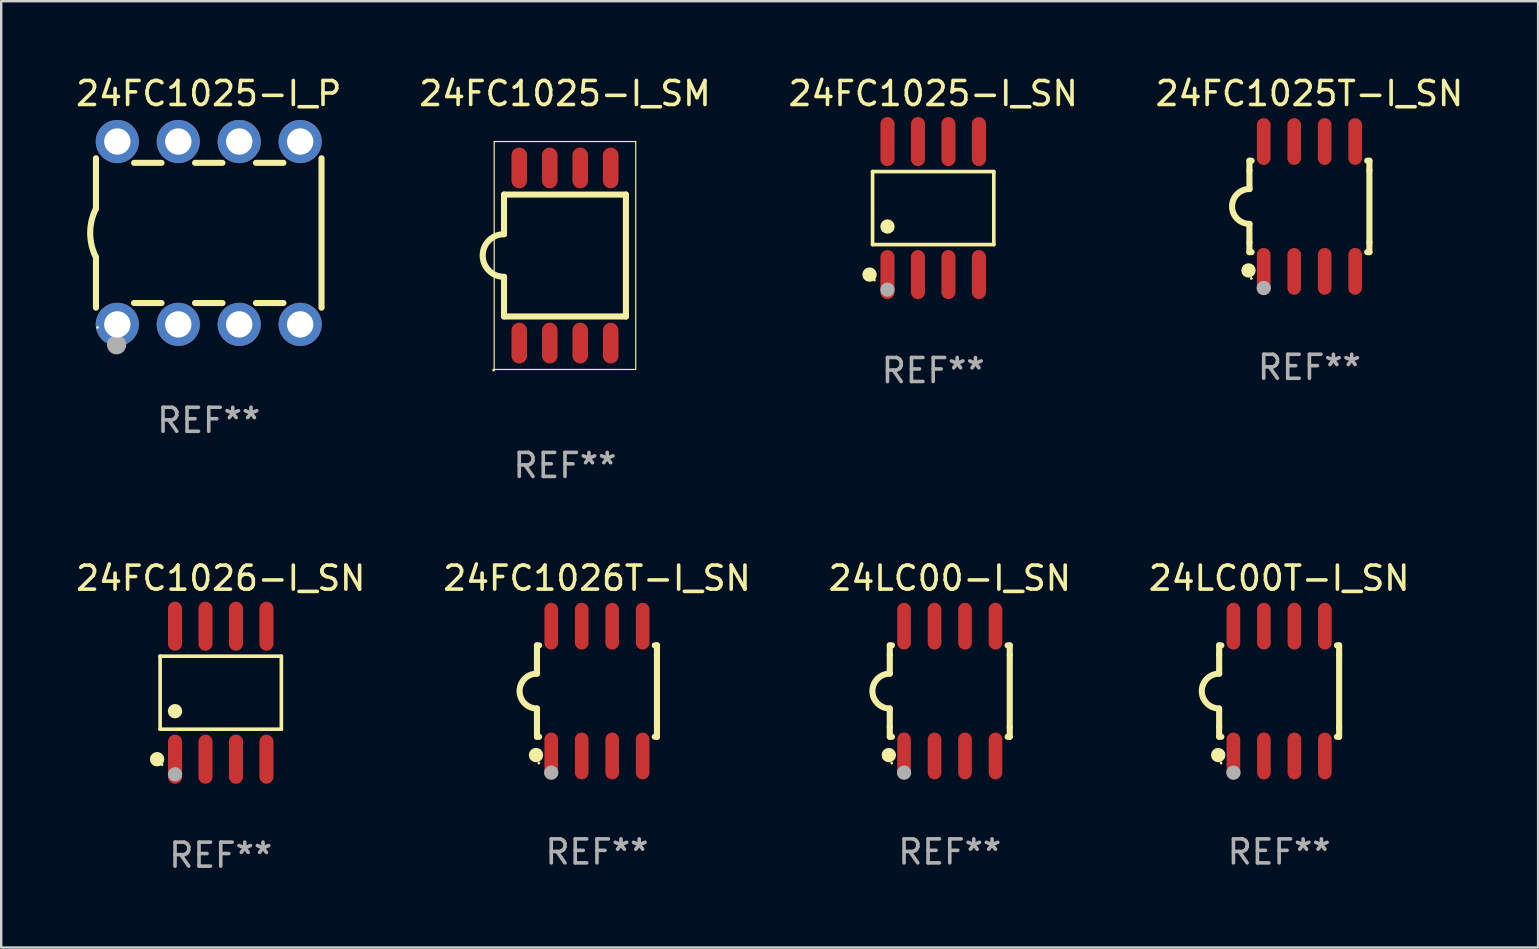
<source format=kicad_pcb>
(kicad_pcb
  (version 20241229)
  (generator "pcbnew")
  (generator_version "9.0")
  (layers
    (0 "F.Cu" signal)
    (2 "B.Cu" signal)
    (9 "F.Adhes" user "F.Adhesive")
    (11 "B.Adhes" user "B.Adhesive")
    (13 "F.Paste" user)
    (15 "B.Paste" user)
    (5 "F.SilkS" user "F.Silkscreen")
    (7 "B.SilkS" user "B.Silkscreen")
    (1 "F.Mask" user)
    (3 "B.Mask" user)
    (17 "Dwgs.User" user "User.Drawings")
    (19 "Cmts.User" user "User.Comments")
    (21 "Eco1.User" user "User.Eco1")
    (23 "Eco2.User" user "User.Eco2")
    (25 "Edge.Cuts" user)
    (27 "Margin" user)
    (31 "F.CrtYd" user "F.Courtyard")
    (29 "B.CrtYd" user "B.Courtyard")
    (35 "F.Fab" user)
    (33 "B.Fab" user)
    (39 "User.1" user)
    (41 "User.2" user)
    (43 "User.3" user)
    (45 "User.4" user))
  (footprint "24FC1025-I_P"
    (layer "F.Cu")
    (at 5.649 6.658)
    (property "Reference" "24FC1025-I_P" (at 0 -5.81 0) (layer "F.SilkS") (effects (font (size 1 1) (thickness 0.15))))
    (attr through_hole)
    (fp_line (start -4.7 -1.017) (end -4.7 -3.113) (stroke (width 0.254) (type solid)) (layer "F.SilkS"))
    (fp_line (start -4.7 1.015) (end -4.7 3.113) (stroke (width 0.254) (type solid)) (layer "F.SilkS"))
    (fp_line (start -3.113 2.92) (end -1.967 2.92) (stroke (width 0.254) (type solid)) (layer "F.SilkS"))
    (fp_line (start -3.111 -2.922) (end -1.969 -2.922) (stroke (width 0.254) (type solid)) (layer "F.SilkS"))
    (fp_line (start -0.573 2.92) (end 0.573 2.92) (stroke (width 0.254) (type solid)) (layer "F.SilkS"))
    (fp_line (start -0.571 -2.922) (end 0.571 -2.922) (stroke (width 0.254) (type solid)) (layer "F.SilkS"))
    (fp_line (start 1.967 2.92) (end 3.113 2.92) (stroke (width 0.254) (type solid)) (layer "F.SilkS"))
    (fp_line (start 1.969 -2.922) (end 3.111 -2.922) (stroke (width 0.254) (type solid)) (layer "F.SilkS"))
    (fp_line (start 4.7 -3.113) (end 4.7 3.113) (stroke (width 0.254) (type solid)) (layer "F.SilkS"))
    (fp_arc (start -4.7 1.01524) (mid -4.939846 -0.000762) (end -4.7 -1.016764) (stroke (width 0.254001) (type solid)) (layer "F.SilkS"))
    (fp_circle (center -4.636 3.935) (end -4.606 3.935) (stroke (width 0.06) (type solid)) (fill no) (layer "F.SilkS"))
    (fp_circle (center -3.84 4.66) (end -3.64 4.66) (stroke (width 0.4) (type solid)) (fill no) (layer "F.Fab"))
    (fp_text user "REF**" (at 0 7.81 0) (layer "F.Fab") (effects (font (size 1 1) (thickness 0.15))))
    (pad "1" thru_hole circle (at -3.81 3.81) (size 1.8 1.8) (drill 1.1) (layers "*.Cu" "*.Mask"))
    (pad "2" thru_hole circle (at -1.27 3.81) (size 1.8 1.8) (drill 1.1) (layers "*.Cu" "*.Mask"))
    (pad "3" thru_hole circle (at 1.27 3.81) (size 1.8 1.8) (drill 1.1) (layers "*.Cu" "*.Mask"))
    (pad "4" thru_hole circle (at 3.81 3.81) (size 1.8 1.8) (drill 1.1) (layers "*.Cu" "*.Mask"))
    (pad "5" thru_hole circle (at 3.81 -3.81) (size 1.8 1.8) (drill 1.1) (layers "*.Cu" "*.Mask"))
    (pad "6" thru_hole circle (at 1.27 -3.81) (size 1.8 1.8) (drill 1.1) (layers "*.Cu" "*.Mask"))
    (pad "7" thru_hole circle (at -1.27 -3.81) (size 1.8 1.8) (drill 1.1) (layers "*.Cu" "*.Mask"))
    (pad "8" thru_hole circle (at -3.81 -3.81) (size 1.8 1.8) (drill 1.1) (layers "*.Cu" "*.Mask")))
  (footprint "24FC1025T-I_SN"
    (layer "F.Cu")
    (at 51.518 5.553)
    (property "Reference" "24FC1025T-I_SN" (at 0 -4.705 0) (layer "F.SilkS") (effects (font (size 1 1) (thickness 0.15))))
    (attr through_hole)
    (fp_line (start -2.5 -1.905) (end -2.409 -1.905) (stroke (width 0.254) (type solid)) (layer "F.SilkS"))
    (fp_line (start -2.5 -1.5) (end -2.5 -1.905) (stroke (width 0.254) (type solid)) (layer "F.SilkS"))
    (fp_line (start -2.5 -1.5) (end -2.5 -0.726) (stroke (width 0.254) (type solid)) (layer "F.SilkS"))
    (fp_line (start -2.5 1.5) (end -2.5 0.727) (stroke (width 0.254) (type solid)) (layer "F.SilkS"))
    (fp_line (start -2.5 1.5) (end -2.5 1.905) (stroke (width 0.254) (type solid)) (layer "F.SilkS"))
    (fp_line (start -2.5 1.905) (end -2.409 1.905) (stroke (width 0.254) (type solid)) (layer "F.SilkS"))
    (fp_line (start 2.5 -1.905) (end 2.409 -1.905) (stroke (width 0.254) (type solid)) (layer "F.SilkS"))
    (fp_line (start 2.5 -1.5) (end 2.5 -1.905) (stroke (width 0.254) (type solid)) (layer "F.SilkS"))
    (fp_line (start 2.5 -1.5) (end 2.5 1.5) (stroke (width 0.254) (type solid)) (layer "F.SilkS"))
    (fp_line (start 2.5 1.5) (end 2.5 1.905) (stroke (width 0.254) (type solid)) (layer "F.SilkS"))
    (fp_line (start 2.5 1.905) (end 2.409 1.905) (stroke (width 0.254) (type solid)) (layer "F.SilkS"))
    (fp_arc (start -2.5 0.726568) (mid -3.220316 -0.0023) (end -2.495097 -0.726289) (stroke (width 0.254001) (type solid)) (layer "F.SilkS"))
    (fp_circle (center -2.54 2.667) (end -2.39 2.667) (stroke (width 0.3) (type solid)) (fill no) (layer "F.SilkS"))
    (fp_circle (center -2.42 3) (end -2.39 3) (stroke (width 0.06) (type solid)) (fill no) (layer "F.SilkS"))
    (fp_circle (center -1.905 3.4) (end -1.755 3.4) (stroke (width 0.3) (type solid)) (fill no) (layer "F.Fab"))
    (fp_text user "REF**" (at 0 6.705 0) (layer "F.Fab") (effects (font (size 1 1) (thickness 0.15))))
    (pad "1" smd oval (at -1.905 2.705) (size 0.568 1.95) (layers "F.Cu" "F.Mask" "F.Paste"))
    (pad "2" smd oval (at -0.635 2.705) (size 0.568 1.95) (layers "F.Cu" "F.Mask" "F.Paste"))
    (pad "3" smd oval (at 0.635 2.705) (size 0.568 1.95) (layers "F.Cu" "F.Mask" "F.Paste"))
    (pad "4" smd oval (at 1.905 2.705) (size 0.568 1.95) (layers "F.Cu" "F.Mask" "F.Paste"))
    (pad "5" smd oval (at 1.905 -2.705) (size 0.568 1.95) (layers "F.Cu" "F.Mask" "F.Paste"))
    (pad "6" smd oval (at 0.635 -2.705) (size 0.568 1.95) (layers "F.Cu" "F.Mask" "F.Paste"))
    (pad "7" smd oval (at -0.635 -2.705) (size 0.568 1.95) (layers "F.Cu" "F.Mask" "F.Paste"))
    (pad "8" smd oval (at -1.905 -2.705) (size 0.568 1.95) (layers "F.Cu" "F.Mask" "F.Paste")))
  (footprint "24LC00-I_SN"
    (layer "F.Cu")
    (at 36.53 25.749)
    (property "Reference" "24LC00-I_SN" (at 0 -4.705 0) (layer "F.SilkS") (effects (font (size 1 1) (thickness 0.15))))
    (attr through_hole)
    (fp_line (start -2.5 -1.905) (end -2.409 -1.905) (stroke (width 0.254) (type solid)) (layer "F.SilkS"))
    (fp_line (start -2.5 -1.5) (end -2.5 -1.905) (stroke (width 0.254) (type solid)) (layer "F.SilkS"))
    (fp_line (start -2.5 -1.5) (end -2.5 -0.726) (stroke (width 0.254) (type solid)) (layer "F.SilkS"))
    (fp_line (start -2.5 1.5) (end -2.5 0.727) (stroke (width 0.254) (type solid)) (layer "F.SilkS"))
    (fp_line (start -2.5 1.5) (end -2.5 1.905) (stroke (width 0.254) (type solid)) (layer "F.SilkS"))
    (fp_line (start -2.5 1.905) (end -2.409 1.905) (stroke (width 0.254) (type solid)) (layer "F.SilkS"))
    (fp_line (start 2.5 -1.905) (end 2.409 -1.905) (stroke (width 0.254) (type solid)) (layer "F.SilkS"))
    (fp_line (start 2.5 -1.5) (end 2.5 -1.905) (stroke (width 0.254) (type solid)) (layer "F.SilkS"))
    (fp_line (start 2.5 -1.5) (end 2.5 1.5) (stroke (width 0.254) (type solid)) (layer "F.SilkS"))
    (fp_line (start 2.5 1.5) (end 2.5 1.905) (stroke (width 0.254) (type solid)) (layer "F.SilkS"))
    (fp_line (start 2.5 1.905) (end 2.409 1.905) (stroke (width 0.254) (type solid)) (layer "F.SilkS"))
    (fp_arc (start -2.5 0.726568) (mid -3.220316 -0.0023) (end -2.495097 -0.726289) (stroke (width 0.254001) (type solid)) (layer "F.SilkS"))
    (fp_circle (center -2.54 2.667) (end -2.39 2.667) (stroke (width 0.3) (type solid)) (fill no) (layer "F.SilkS"))
    (fp_circle (center -2.42 3) (end -2.39 3) (stroke (width 0.06) (type solid)) (fill no) (layer "F.SilkS"))
    (fp_circle (center -1.905 3.4) (end -1.755 3.4) (stroke (width 0.3) (type solid)) (fill no) (layer "F.Fab"))
    (fp_text user "REF**" (at 0 6.705 0) (layer "F.Fab") (effects (font (size 1 1) (thickness 0.15))))
    (pad "1" smd oval (at -1.905 2.705) (size 0.568 1.95) (layers "F.Cu" "F.Mask" "F.Paste"))
    (pad "2" smd oval (at -0.635 2.705) (size 0.568 1.95) (layers "F.Cu" "F.Mask" "F.Paste"))
    (pad "3" smd oval (at 0.635 2.705) (size 0.568 1.95) (layers "F.Cu" "F.Mask" "F.Paste"))
    (pad "4" smd oval (at 1.905 2.705) (size 0.568 1.95) (layers "F.Cu" "F.Mask" "F.Paste"))
    (pad "5" smd oval (at 1.905 -2.705) (size 0.568 1.95) (layers "F.Cu" "F.Mask" "F.Paste"))
    (pad "6" smd oval (at 0.635 -2.705) (size 0.568 1.95) (layers "F.Cu" "F.Mask" "F.Paste"))
    (pad "7" smd oval (at -0.635 -2.705) (size 0.568 1.95) (layers "F.Cu" "F.Mask" "F.Paste"))
    (pad "8" smd oval (at -1.905 -2.705) (size 0.568 1.95) (layers "F.Cu" "F.Mask" "F.Paste")))
  (footprint "24FC1025-I_SN"
    (layer "F.Cu")
    (at 35.839 5.621)
    (property "Reference" "24FC1025-I_SN" (at 0 -4.772 0) (layer "F.SilkS") (effects (font (size 1 1) (thickness 0.15))))
    (attr through_hole)
    (fp_line (start -2.526 -1.521) (end 2.526 -1.521) (stroke (width 0.152) (type solid)) (layer "F.SilkS"))
    (fp_line (start -2.526 1.521) (end -2.526 -1.521) (stroke (width 0.152) (type solid)) (layer "F.SilkS"))
    (fp_line (start 2.526 -1.521) (end 2.526 1.521) (stroke (width 0.152) (type solid)) (layer "F.SilkS"))
    (fp_line (start 2.526 1.521) (end -2.526 1.521) (stroke (width 0.152) (type solid)) (layer "F.SilkS"))
    (fp_circle (center -2.652 2.772) (end -2.501 2.772) (stroke (width 0.3) (type solid)) (fill no) (layer "F.SilkS"))
    (fp_circle (center -2.45 3) (end -2.42 3) (stroke (width 0.06) (type solid)) (fill no) (layer "F.SilkS"))
    (fp_circle (center -1.905 0.769) (end -1.755 0.769) (stroke (width 0.3) (type solid)) (fill no) (layer "F.SilkS"))
    (fp_circle (center -1.905 3.4) (end -1.755 3.4) (stroke (width 0.3) (type solid)) (fill no) (layer "F.Fab"))
    (fp_text user "REF**" (at 0 6.772 0) (layer "F.Fab") (effects (font (size 1 1) (thickness 0.15))))
    (pad "1" smd oval (at -1.905 2.772) (size 0.588 2.045) (layers "F.Cu" "F.Mask" "F.Paste"))
    (pad "2" smd oval (at -0.635 2.772) (size 0.588 2.045) (layers "F.Cu" "F.Mask" "F.Paste"))
    (pad "3" smd oval (at 0.635 2.772) (size 0.588 2.045) (layers "F.Cu" "F.Mask" "F.Paste"))
    (pad "4" smd oval (at 1.905 2.772) (size 0.588 2.045) (layers "F.Cu" "F.Mask" "F.Paste"))
    (pad "5" smd oval (at 1.905 -2.772) (size 0.588 2.045) (layers "F.Cu" "F.Mask" "F.Paste"))
    (pad "6" smd oval (at 0.635 -2.772) (size 0.588 2.045) (layers "F.Cu" "F.Mask" "F.Paste"))
    (pad "7" smd oval (at -0.635 -2.772) (size 0.588 2.045) (layers "F.Cu" "F.Mask" "F.Paste"))
    (pad "8" smd oval (at -1.905 -2.772) (size 0.588 2.045) (layers "F.Cu" "F.Mask" "F.Paste")))
  (footprint "24LC00T-I_SN"
    (layer "F.Cu")
    (at 50.256 25.749)
    (property "Reference" "24LC00T-I_SN" (at 0 -4.705 0) (layer "F.SilkS") (effects (font (size 1 1) (thickness 0.15))))
    (attr through_hole)
    (fp_line (start -2.5 -1.905) (end -2.409 -1.905) (stroke (width 0.254) (type solid)) (layer "F.SilkS"))
    (fp_line (start -2.5 -1.5) (end -2.5 -1.905) (stroke (width 0.254) (type solid)) (layer "F.SilkS"))
    (fp_line (start -2.5 -1.5) (end -2.5 -0.726) (stroke (width 0.254) (type solid)) (layer "F.SilkS"))
    (fp_line (start -2.5 1.5) (end -2.5 0.727) (stroke (width 0.254) (type solid)) (layer "F.SilkS"))
    (fp_line (start -2.5 1.5) (end -2.5 1.905) (stroke (width 0.254) (type solid)) (layer "F.SilkS"))
    (fp_line (start -2.5 1.905) (end -2.409 1.905) (stroke (width 0.254) (type solid)) (layer "F.SilkS"))
    (fp_line (start 2.5 -1.905) (end 2.409 -1.905) (stroke (width 0.254) (type solid)) (layer "F.SilkS"))
    (fp_line (start 2.5 -1.5) (end 2.5 -1.905) (stroke (width 0.254) (type solid)) (layer "F.SilkS"))
    (fp_line (start 2.5 -1.5) (end 2.5 1.5) (stroke (width 0.254) (type solid)) (layer "F.SilkS"))
    (fp_line (start 2.5 1.5) (end 2.5 1.905) (stroke (width 0.254) (type solid)) (layer "F.SilkS"))
    (fp_line (start 2.5 1.905) (end 2.409 1.905) (stroke (width 0.254) (type solid)) (layer "F.SilkS"))
    (fp_arc (start -2.5 0.726568) (mid -3.220316 -0.0023) (end -2.495097 -0.726289) (stroke (width 0.254001) (type solid)) (layer "F.SilkS"))
    (fp_circle (center -2.54 2.667) (end -2.39 2.667) (stroke (width 0.3) (type solid)) (fill no) (layer "F.SilkS"))
    (fp_circle (center -2.42 3) (end -2.39 3) (stroke (width 0.06) (type solid)) (fill no) (layer "F.SilkS"))
    (fp_circle (center -1.905 3.4) (end -1.755 3.4) (stroke (width 0.3) (type solid)) (fill no) (layer "F.Fab"))
    (fp_text user "REF**" (at 0 6.705 0) (layer "F.Fab") (effects (font (size 1 1) (thickness 0.15))))
    (pad "1" smd oval (at -1.905 2.705) (size 0.568 1.95) (layers "F.Cu" "F.Mask" "F.Paste"))
    (pad "2" smd oval (at -0.635 2.705) (size 0.568 1.95) (layers "F.Cu" "F.Mask" "F.Paste"))
    (pad "3" smd oval (at 0.635 2.705) (size 0.568 1.95) (layers "F.Cu" "F.Mask" "F.Paste"))
    (pad "4" smd oval (at 1.905 2.705) (size 0.568 1.95) (layers "F.Cu" "F.Mask" "F.Paste"))
    (pad "5" smd oval (at 1.905 -2.705) (size 0.568 1.95) (layers "F.Cu" "F.Mask" "F.Paste"))
    (pad "6" smd oval (at 0.635 -2.705) (size 0.568 1.95) (layers "F.Cu" "F.Mask" "F.Paste"))
    (pad "7" smd oval (at -0.635 -2.705) (size 0.568 1.95) (layers "F.Cu" "F.Mask" "F.Paste"))
    (pad "8" smd oval (at -1.905 -2.705) (size 0.568 1.95) (layers "F.Cu" "F.Mask" "F.Paste")))
  (footprint "24FC1026-I_SN"
    (layer "F.Cu")
    (at 6.149 25.817)
    (property "Reference" "24FC1026-I_SN" (at 0 -4.772 0) (layer "F.SilkS") (effects (font (size 1 1) (thickness 0.15))))
    (attr through_hole)
    (fp_line (start -2.526 -1.521) (end 2.526 -1.521) (stroke (width 0.152) (type solid)) (layer "F.SilkS"))
    (fp_line (start -2.526 1.521) (end -2.526 -1.521) (stroke (width 0.152) (type solid)) (layer "F.SilkS"))
    (fp_line (start 2.526 -1.521) (end 2.526 1.521) (stroke (width 0.152) (type solid)) (layer "F.SilkS"))
    (fp_line (start 2.526 1.521) (end -2.526 1.521) (stroke (width 0.152) (type solid)) (layer "F.SilkS"))
    (fp_circle (center -2.652 2.772) (end -2.501 2.772) (stroke (width 0.3) (type solid)) (fill no) (layer "F.SilkS"))
    (fp_circle (center -2.45 3) (end -2.42 3) (stroke (width 0.06) (type solid)) (fill no) (layer "F.SilkS"))
    (fp_circle (center -1.905 0.769) (end -1.755 0.769) (stroke (width 0.3) (type solid)) (fill no) (layer "F.SilkS"))
    (fp_circle (center -1.905 3.4) (end -1.755 3.4) (stroke (width 0.3) (type solid)) (fill no) (layer "F.Fab"))
    (fp_text user "REF**" (at 0 6.772 0) (layer "F.Fab") (effects (font (size 1 1) (thickness 0.15))))
    (pad "1" smd oval (at -1.905 2.772) (size 0.588 2.045) (layers "F.Cu" "F.Mask" "F.Paste"))
    (pad "2" smd oval (at -0.635 2.772) (size 0.588 2.045) (layers "F.Cu" "F.Mask" "F.Paste"))
    (pad "3" smd oval (at 0.635 2.772) (size 0.588 2.045) (layers "F.Cu" "F.Mask" "F.Paste"))
    (pad "4" smd oval (at 1.905 2.772) (size 0.588 2.045) (layers "F.Cu" "F.Mask" "F.Paste"))
    (pad "5" smd oval (at 1.905 -2.772) (size 0.588 2.045) (layers "F.Cu" "F.Mask" "F.Paste"))
    (pad "6" smd oval (at 0.635 -2.772) (size 0.588 2.045) (layers "F.Cu" "F.Mask" "F.Paste"))
    (pad "7" smd oval (at -0.635 -2.772) (size 0.588 2.045) (layers "F.Cu" "F.Mask" "F.Paste"))
    (pad "8" smd oval (at -1.905 -2.772) (size 0.588 2.045) (layers "F.Cu" "F.Mask" "F.Paste")))
  (footprint "24FC1026T-I_SN"
    (layer "F.Cu")
    (at 21.827 25.749)
    (property "Reference" "24FC1026T-I_SN" (at 0 -4.705 0) (layer "F.SilkS") (effects (font (size 1 1) (thickness 0.15))))
    (attr through_hole)
    (fp_line (start -2.5 -1.905) (end -2.409 -1.905) (stroke (width 0.254) (type solid)) (layer "F.SilkS"))
    (fp_line (start -2.5 -1.5) (end -2.5 -1.905) (stroke (width 0.254) (type solid)) (layer "F.SilkS"))
    (fp_line (start -2.5 -1.5) (end -2.5 -0.726) (stroke (width 0.254) (type solid)) (layer "F.SilkS"))
    (fp_line (start -2.5 1.5) (end -2.5 0.727) (stroke (width 0.254) (type solid)) (layer "F.SilkS"))
    (fp_line (start -2.5 1.5) (end -2.5 1.905) (stroke (width 0.254) (type solid)) (layer "F.SilkS"))
    (fp_line (start -2.5 1.905) (end -2.409 1.905) (stroke (width 0.254) (type solid)) (layer "F.SilkS"))
    (fp_line (start 2.5 -1.905) (end 2.409 -1.905) (stroke (width 0.254) (type solid)) (layer "F.SilkS"))
    (fp_line (start 2.5 -1.5) (end 2.5 -1.905) (stroke (width 0.254) (type solid)) (layer "F.SilkS"))
    (fp_line (start 2.5 -1.5) (end 2.5 1.5) (stroke (width 0.254) (type solid)) (layer "F.SilkS"))
    (fp_line (start 2.5 1.5) (end 2.5 1.905) (stroke (width 0.254) (type solid)) (layer "F.SilkS"))
    (fp_line (start 2.5 1.905) (end 2.409 1.905) (stroke (width 0.254) (type solid)) (layer "F.SilkS"))
    (fp_arc (start -2.5 0.726568) (mid -3.220316 -0.0023) (end -2.495097 -0.726289) (stroke (width 0.254001) (type solid)) (layer "F.SilkS"))
    (fp_circle (center -2.54 2.667) (end -2.39 2.667) (stroke (width 0.3) (type solid)) (fill no) (layer "F.SilkS"))
    (fp_circle (center -2.42 3) (end -2.39 3) (stroke (width 0.06) (type solid)) (fill no) (layer "F.SilkS"))
    (fp_circle (center -1.905 3.4) (end -1.755 3.4) (stroke (width 0.3) (type solid)) (fill no) (layer "F.Fab"))
    (fp_text user "REF**" (at 0 6.705 0) (layer "F.Fab") (effects (font (size 1 1) (thickness 0.15))))
    (pad "1" smd oval (at -1.905 2.705) (size 0.568 1.95) (layers "F.Cu" "F.Mask" "F.Paste"))
    (pad "2" smd oval (at -0.635 2.705) (size 0.568 1.95) (layers "F.Cu" "F.Mask" "F.Paste"))
    (pad "3" smd oval (at 0.635 2.705) (size 0.568 1.95) (layers "F.Cu" "F.Mask" "F.Paste"))
    (pad "4" smd oval (at 1.905 2.705) (size 0.568 1.95) (layers "F.Cu" "F.Mask" "F.Paste"))
    (pad "5" smd oval (at 1.905 -2.705) (size 0.568 1.95) (layers "F.Cu" "F.Mask" "F.Paste"))
    (pad "6" smd oval (at 0.635 -2.705) (size 0.568 1.95) (layers "F.Cu" "F.Mask" "F.Paste"))
    (pad "7" smd oval (at -0.635 -2.705) (size 0.568 1.95) (layers "F.Cu" "F.Mask" "F.Paste"))
    (pad "8" smd oval (at -1.905 -2.705) (size 0.568 1.95) (layers "F.Cu" "F.Mask" "F.Paste")))
  (footprint "24FC1025-I_SM"
    (layer "F.Cu")
    (at 20.494 7.598)
    (property "Reference" "24FC1025-I_SM" (at 0 -6.75 0) (layer "F.SilkS") (effects (font (size 1 1) (thickness 0.15))))
    (attr through_hole)
    (fp_line (start -2.949 -4.75) (end -2.949 4.75) (stroke (width 0.05) (type solid)) (layer "F.SilkS"))
    (fp_line (start -2.949 4.75) (end 2.949 4.75) (stroke (width 0.05) (type solid)) (layer "F.SilkS"))
    (fp_line (start -2.54 -2.54) (end 2.54 -2.54) (stroke (width 0.254) (type solid)) (layer "F.SilkS"))
    (fp_line (start -2.54 -0.889) (end -2.54 -2.54) (stroke (width 0.254) (type solid)) (layer "F.SilkS"))
    (fp_line (start -2.54 2.54) (end -2.54 0.889) (stroke (width 0.254) (type solid)) (layer "F.SilkS"))
    (fp_line (start 2.54 -2.54) (end 2.54 2.54) (stroke (width 0.254) (type solid)) (layer "F.SilkS"))
    (fp_line (start 2.54 2.54) (end -2.54 2.54) (stroke (width 0.254) (type solid)) (layer "F.SilkS"))
    (fp_line (start 2.949 -4.75) (end -2.949 -4.75) (stroke (width 0.05) (type solid)) (layer "F.SilkS"))
    (fp_line (start 2.949 4.75) (end 2.949 -4.75) (stroke (width 0.05) (type solid)) (layer "F.SilkS"))
    (fp_arc (start -2.540005 0.889002) (mid -3.426952 0.000025) (end -2.540005 -0.888952) (stroke (width 0.254001) (type solid)) (layer "F.SilkS"))
    (fp_circle (center -2.974 4.775) (end -2.944 4.775) (stroke (width 0.06) (type solid)) (fill no) (layer "F.SilkS"))
    (fp_text user "REF**" (at 0 8.75 0) (layer "F.Fab") (effects (font (size 1 1) (thickness 0.15))))
    (pad "1" smd oval (at -1.905 3.65 90) (size 1.7 0.65) (layers "F.Cu" "F.Mask" "F.Paste"))
    (pad "2" smd oval (at -0.635 3.65 90) (size 1.7 0.65) (layers "F.Cu" "F.Mask" "F.Paste"))
    (pad "3" smd oval (at 0.635 3.65 90) (size 1.7 0.65) (layers "F.Cu" "F.Mask" "F.Paste"))
    (pad "4" smd oval (at 1.905 3.65 90) (size 1.7 0.65) (layers "F.Cu" "F.Mask" "F.Paste"))
    (pad "5" smd oval (at 1.905 -3.65 90) (size 1.7 0.65) (layers "F.Cu" "F.Mask" "F.Paste"))
    (pad "6" smd oval (at 0.635 -3.65 90) (size 1.7 0.65) (layers "F.Cu" "F.Mask" "F.Paste"))
    (pad "7" smd oval (at -0.635 -3.65 90) (size 1.7 0.65) (layers "F.Cu" "F.Mask" "F.Paste"))
    (pad "8" smd oval (at -1.905 -3.65 90) (size 1.7 0.65) (layers "F.Cu" "F.Mask" "F.Paste")))
  (gr_rect
    (start -3 -3)
    (end 61.048 36.437)
    (stroke (width 0.1) (type default))
    (fill no)
    (layer "Edge.Cuts")))
</source>
